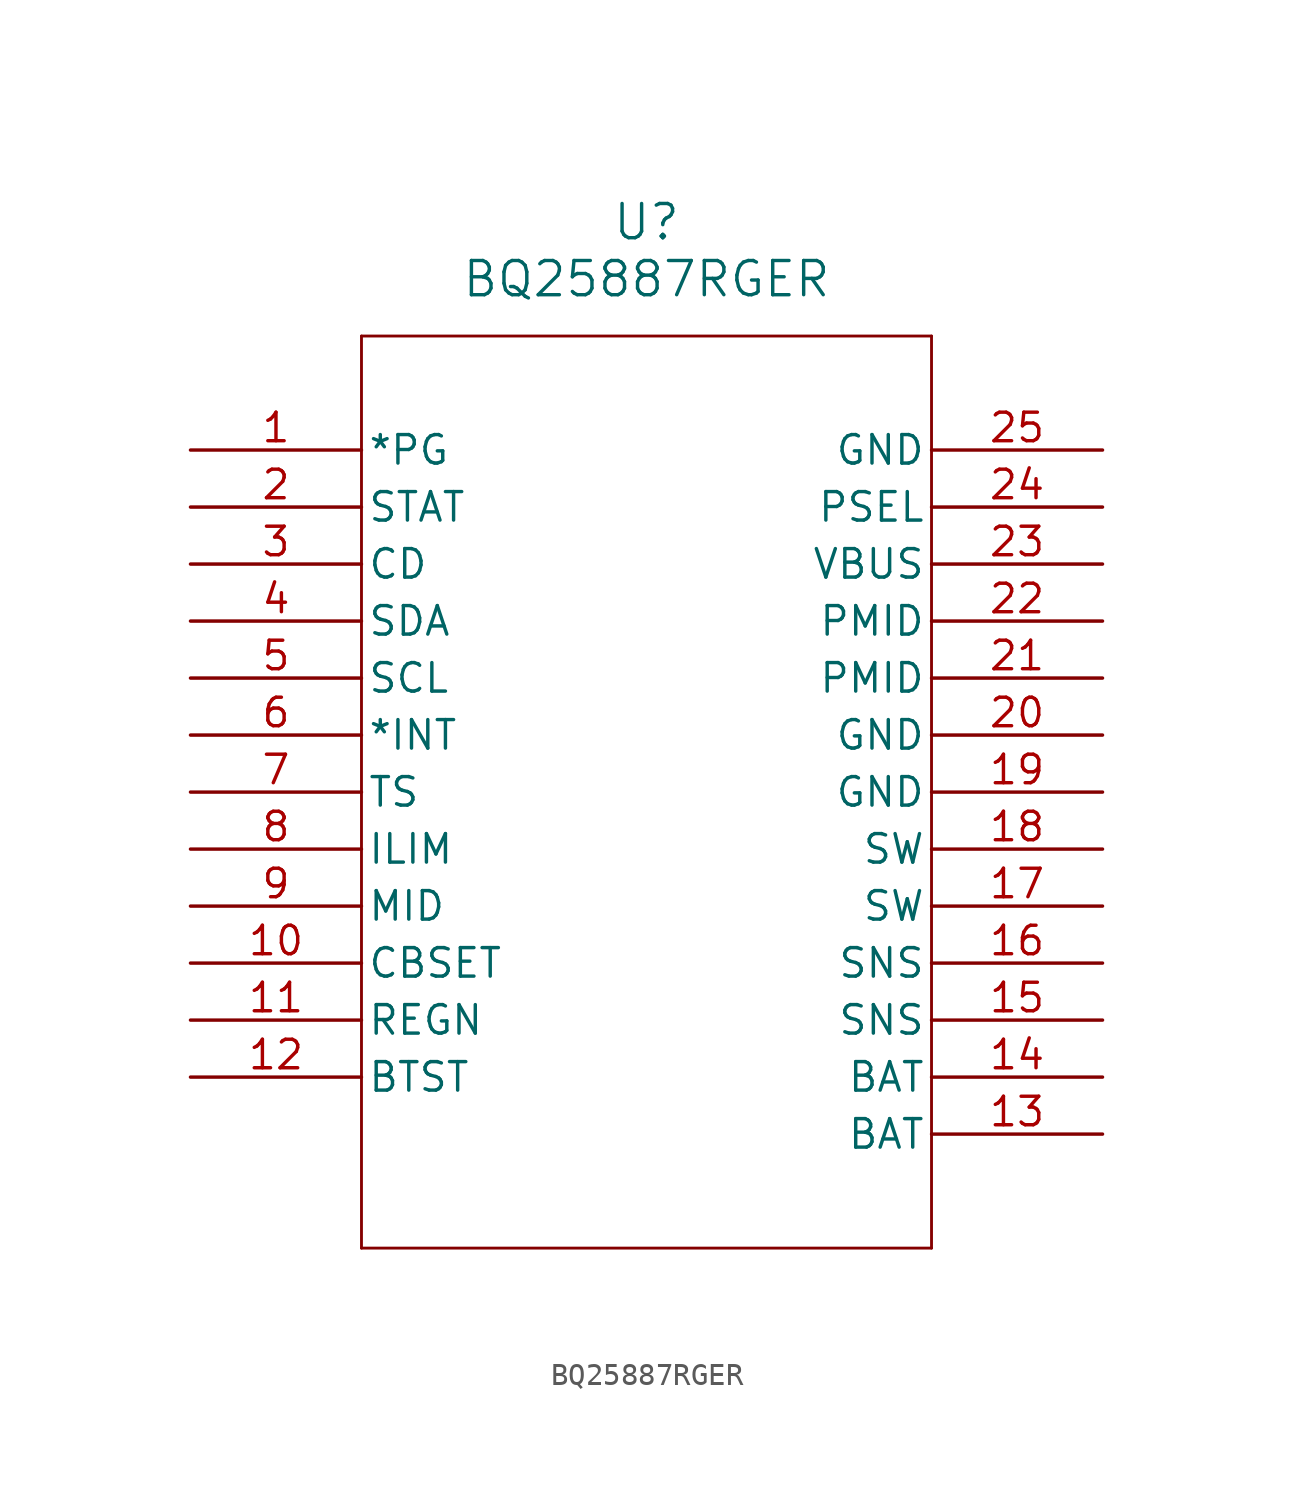
<source format=kicad_sym>
(kicad_symbol_lib
  (version 20211014)
  (generator kicad_symbol_editor)
  (symbol "BQ25887RGER"
    (pin_names
      (offset 0.254))
    (property "Reference" "U"
      (at 20.32 10.16 0)
      (effects (font (size 1.524 1.524))))
    (property "Value" "BQ25887RGER"
      (at 20.32 7.62 0)
      (effects (font (size 1.524 1.524))))
    (symbol "BQ25887RGER_0_1"
      (polyline (pts (xy 7.62 5.08) (xy 7.62 -35.56)) (stroke (width 0.127) (type default) (color 0 0 0 0)) (fill (type none)))
      (polyline (pts (xy 7.62 -35.56) (xy 33.02 -35.56)) (stroke (width 0.127) (type default) (color 0 0 0 0)) (fill (type none)))
      (polyline (pts (xy 33.02 -35.56) (xy 33.02 5.08)) (stroke (width 0.127) (type default) (color 0 0 0 0)) (fill (type none)))
      (polyline (pts (xy 33.02 5.08) (xy 7.62 5.08)) (stroke (width 0.127) (type default) (color 0 0 0 0)) (fill (type none)))
      (pin output line (at 0 0 0) (length 7.62) (name "*PG" (effects (font (size 1.27 1.27)))) (number "1" (effects (font (size 1.27 1.27)))))
      (pin output line (at 0 -2.54 0) (length 7.62) (name "STAT" (effects (font (size 1.27 1.27)))) (number "2" (effects (font (size 1.27 1.27)))))
      (pin input line (at 0 -5.08 0) (length 7.62) (name "CD" (effects (font (size 1.27 1.27)))) (number "3" (effects (font (size 1.27 1.27)))))
      (pin bidirectional line (at 0 -7.62 0) (length 7.62) (name "SDA" (effects (font (size 1.27 1.27)))) (number "4" (effects (font (size 1.27 1.27)))))
      (pin input line (at 0 -10.16 0) (length 7.62) (name "SCL" (effects (font (size 1.27 1.27)))) (number "5" (effects (font (size 1.27 1.27)))))
      (pin output line (at 0 -12.7 0) (length 7.62) (name "*INT" (effects (font (size 1.27 1.27)))) (number "6" (effects (font (size 1.27 1.27)))))
      (pin unspecified line (at 0 -15.24 0) (length 7.62) (name "TS" (effects (font (size 1.27 1.27)))) (number "7" (effects (font (size 1.27 1.27)))))
      (pin unspecified line (at 0 -17.78 0) (length 7.62) (name "ILIM" (effects (font (size 1.27 1.27)))) (number "8" (effects (font (size 1.27 1.27)))))
      (pin unspecified line (at 0 -20.32 0) (length 7.62) (name "MID" (effects (font (size 1.27 1.27)))) (number "9" (effects (font (size 1.27 1.27)))))
      (pin power_in line (at 0 -22.86 0) (length 7.62) (name "CBSET" (effects (font (size 1.27 1.27)))) (number "10" (effects (font (size 1.27 1.27)))))
      (pin power_in line (at 0 -25.4 0) (length 7.62) (name "REGN" (effects (font (size 1.27 1.27)))) (number "11" (effects (font (size 1.27 1.27)))))
      (pin power_in line (at 0 -27.94 0) (length 7.62) (name "BTST" (effects (font (size 1.27 1.27)))) (number "12" (effects (font (size 1.27 1.27)))))
      (pin power_in line (at 40.64 -30.48 180) (length 7.62) (name "BAT" (effects (font (size 1.27 1.27)))) (number "13" (effects (font (size 1.27 1.27)))))
      (pin power_in line (at 40.64 -27.94 180) (length 7.62) (name "BAT" (effects (font (size 1.27 1.27)))) (number "14" (effects (font (size 1.27 1.27)))))
      (pin unspecified line (at 40.64 -25.4 180) (length 7.62) (name "SNS" (effects (font (size 1.27 1.27)))) (number "15" (effects (font (size 1.27 1.27)))))
      (pin unspecified line (at 40.64 -22.86 180) (length 7.62) (name "SNS" (effects (font (size 1.27 1.27)))) (number "16" (effects (font (size 1.27 1.27)))))
      (pin power_in line (at 40.64 -20.32 180) (length 7.62) (name "SW" (effects (font (size 1.27 1.27)))) (number "17" (effects (font (size 1.27 1.27)))))
      (pin power_in line (at 40.64 -17.78 180) (length 7.62) (name "SW" (effects (font (size 1.27 1.27)))) (number "18" (effects (font (size 1.27 1.27)))))
      (pin power_out line (at 40.64 -15.24 180) (length 7.62) (name "GND" (effects (font (size 1.27 1.27)))) (number "19" (effects (font (size 1.27 1.27)))))
      (pin power_out line (at 40.64 -12.7 180) (length 7.62) (name "GND" (effects (font (size 1.27 1.27)))) (number "20" (effects (font (size 1.27 1.27)))))
      (pin power_in line (at 40.64 -10.16 180) (length 7.62) (name "PMID" (effects (font (size 1.27 1.27)))) (number "21" (effects (font (size 1.27 1.27)))))
      (pin power_in line (at 40.64 -7.62 180) (length 7.62) (name "PMID" (effects (font (size 1.27 1.27)))) (number "22" (effects (font (size 1.27 1.27)))))
      (pin power_in line (at 40.64 -5.08 180) (length 7.62) (name "VBUS" (effects (font (size 1.27 1.27)))) (number "23" (effects (font (size 1.27 1.27)))))
      (pin input line (at 40.64 -2.54 180) (length 7.62) (name "PSEL" (effects (font (size 1.27 1.27)))) (number "24" (effects (font (size 1.27 1.27)))))
      (pin power_out line (at 40.64 0 180) (length 7.62) (name "GND" (effects (font (size 1.27 1.27)))) (number "25" (effects (font (size 1.27 1.27))))))))
</source>
